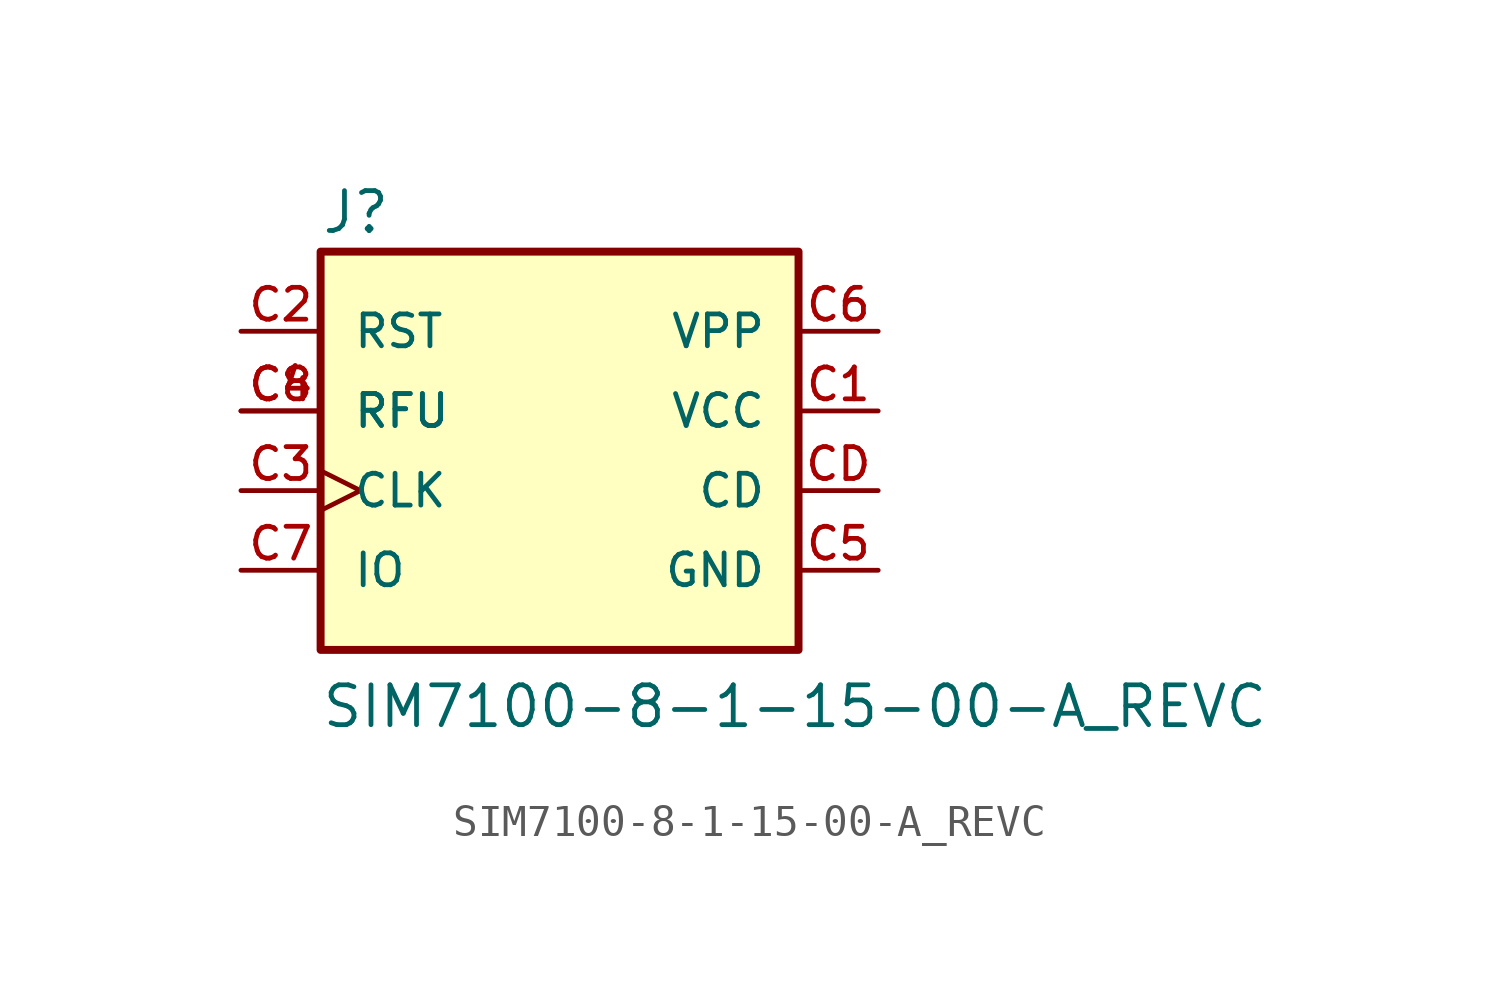
<source format=kicad_sym>
(kicad_symbol_lib
  (version 20211014)
  (generator kicad_symbol_editor)
  (symbol "SIM7100-8-1-15-00-A_REVC"
    (pin_names
      (offset 1.016))
    (property "Reference" "J"
      (at -7.625 5.592 0)
      (effects (font (size 1.27 1.27)) (justify bottom left)))
    (property "Value" "SIM7100-8-1-15-00-A_REVC"
      (at -7.625 -10.167 0)
      (effects (font (size 1.27 1.27)) (justify bottom left)))
    (symbol "SIM7100-8-1-15-00-A_REVC_0_0"
      (rectangle (start -7.62 -7.62) (end 7.62 5.08) (stroke (width 0.254)) (fill (type background)))
      (pin power_in line (at 10.16 0.0 180.0) (length 2.54) (name "VCC" (effects (font (size 1.016 1.016)))) (number "C1" (effects (font (size 1.016 1.016)))))
      (pin input line (at -10.16 2.54 0) (length 2.54) (name "RST" (effects (font (size 1.016 1.016)))) (number "C2" (effects (font (size 1.016 1.016)))))
      (pin bidirectional clock (at -10.16 -2.54 0) (length 2.54) (name "CLK" (effects (font (size 1.016 1.016)))) (number "C3" (effects (font (size 1.016 1.016)))))
      (pin bidirectional line (at -10.16 0.0 0) (length 2.54) (name "RFU" (effects (font (size 1.016 1.016)))) (number "C4" (effects (font (size 1.016 1.016)))))
      (pin bidirectional line (at -10.16 0.0 0) (length 2.54) (name "RFU" (effects (font (size 1.016 1.016)))) (number "C8" (effects (font (size 1.016 1.016)))))
      (pin power_in line (at 10.16 -5.08 180.0) (length 2.54) (name "GND" (effects (font (size 1.016 1.016)))) (number "C5" (effects (font (size 1.016 1.016)))))
      (pin power_in line (at 10.16 2.54 180.0) (length 2.54) (name "VPP" (effects (font (size 1.016 1.016)))) (number "C6" (effects (font (size 1.016 1.016)))))
      (pin bidirectional line (at -10.16 -5.08 0) (length 2.54) (name "IO" (effects (font (size 1.016 1.016)))) (number "C7" (effects (font (size 1.016 1.016)))))
      (pin passive line (at 10.16 -2.54 180.0) (length 2.54) (name "CD" (effects (font (size 1.016 1.016)))) (number "CD" (effects (font (size 1.016 1.016))))))))
</source>
